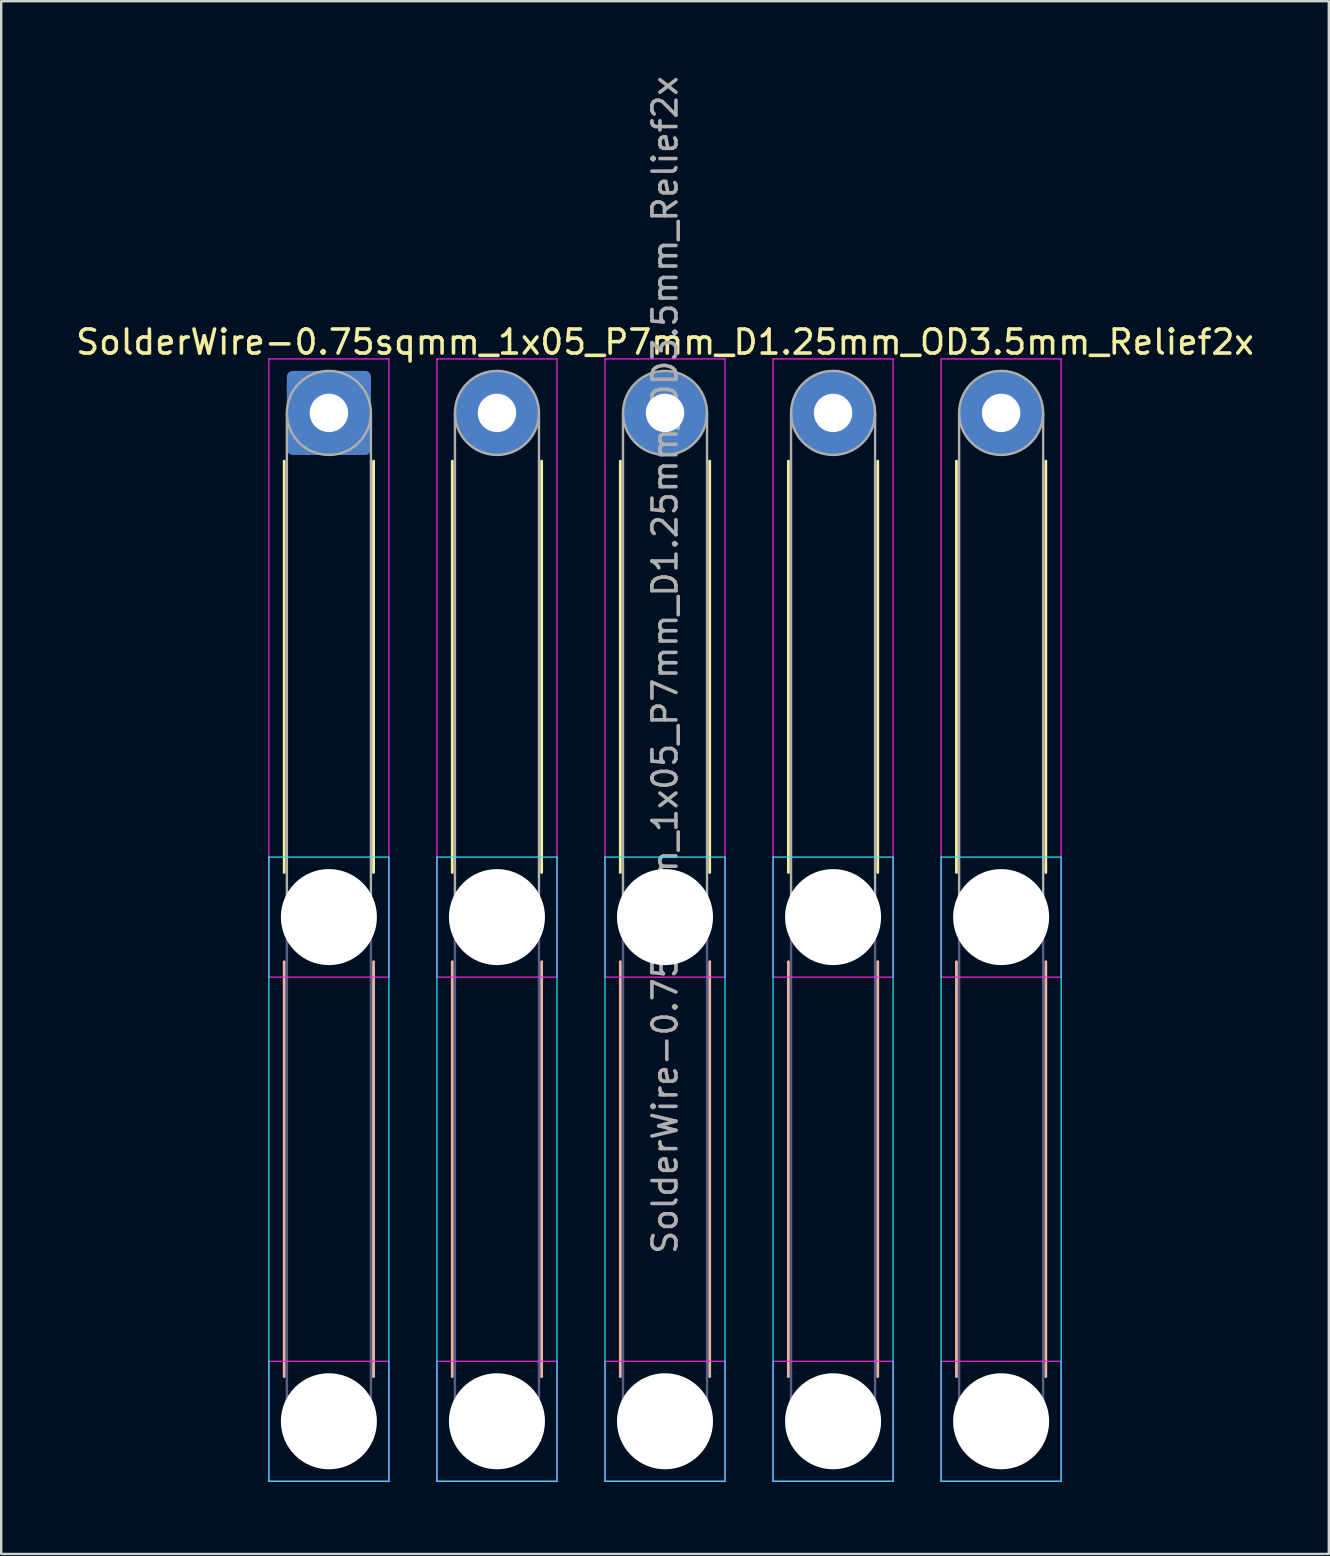
<source format=kicad_pcb>
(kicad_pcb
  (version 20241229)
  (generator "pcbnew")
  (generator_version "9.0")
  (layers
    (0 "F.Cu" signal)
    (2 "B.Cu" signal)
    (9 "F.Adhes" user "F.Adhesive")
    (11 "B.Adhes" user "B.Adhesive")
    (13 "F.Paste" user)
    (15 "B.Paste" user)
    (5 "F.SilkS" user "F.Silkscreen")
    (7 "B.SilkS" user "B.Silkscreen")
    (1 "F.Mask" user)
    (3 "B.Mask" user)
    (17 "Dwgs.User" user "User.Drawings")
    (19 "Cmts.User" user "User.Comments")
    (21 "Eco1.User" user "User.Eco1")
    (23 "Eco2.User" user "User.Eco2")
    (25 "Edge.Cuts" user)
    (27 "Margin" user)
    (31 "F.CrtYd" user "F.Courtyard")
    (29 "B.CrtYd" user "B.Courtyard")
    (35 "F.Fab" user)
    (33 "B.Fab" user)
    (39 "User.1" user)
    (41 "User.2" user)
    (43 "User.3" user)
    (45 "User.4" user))
  (footprint "SolderWire-0.75sqmm_1x05_P7mm_D1.25mm_OD3.5mm_Relief2x"
    (layer "F.Cu")
    (at 10.649 14.149)
    (property "Reference" "SolderWire-0.75sqmm_1x05_P7mm_D1.25mm_OD3.5mm_Relief2x" (at 14 -2.95 0) (layer "F.SilkS") (effects (font (size 1 1) (thickness 0.15))))
    (attr exclude_from_pos_files exclude_from_bom)
    (fp_line (start -1.86 2.01) (end -1.86 19.14) (stroke (width 0.12) (type solid)) (layer "F.SilkS"))
    (fp_line (start 1.86 2.01) (end 1.86 19.14) (stroke (width 0.12) (type solid)) (layer "F.SilkS"))
    (fp_line (start 5.14 2.01) (end 5.14 19.14) (stroke (width 0.12) (type solid)) (layer "F.SilkS"))
    (fp_line (start 8.86 2.01) (end 8.86 19.14) (stroke (width 0.12) (type solid)) (layer "F.SilkS"))
    (fp_line (start 12.14 2.01) (end 12.14 19.14) (stroke (width 0.12) (type solid)) (layer "F.SilkS"))
    (fp_line (start 15.86 2.01) (end 15.86 19.14) (stroke (width 0.12) (type solid)) (layer "F.SilkS"))
    (fp_line (start 19.14 2.01) (end 19.14 19.14) (stroke (width 0.12) (type solid)) (layer "F.SilkS"))
    (fp_line (start 22.86 2.01) (end 22.86 19.14) (stroke (width 0.12) (type solid)) (layer "F.SilkS"))
    (fp_line (start 26.14 2.01) (end 26.14 19.14) (stroke (width 0.12) (type solid)) (layer "F.SilkS"))
    (fp_line (start 29.86 2.01) (end 29.86 19.14) (stroke (width 0.12) (type solid)) (layer "F.SilkS"))
    (fp_line (start -1.86 22.86) (end -1.86 40.14) (stroke (width 0.12) (type solid)) (layer "B.SilkS"))
    (fp_line (start 1.86 22.86) (end 1.86 40.14) (stroke (width 0.12) (type solid)) (layer "B.SilkS"))
    (fp_line (start 5.14 22.86) (end 5.14 40.14) (stroke (width 0.12) (type solid)) (layer "B.SilkS"))
    (fp_line (start 8.86 22.86) (end 8.86 40.14) (stroke (width 0.12) (type solid)) (layer "B.SilkS"))
    (fp_line (start 12.14 22.86) (end 12.14 40.14) (stroke (width 0.12) (type solid)) (layer "B.SilkS"))
    (fp_line (start 15.86 22.86) (end 15.86 40.14) (stroke (width 0.12) (type solid)) (layer "B.SilkS"))
    (fp_line (start 19.14 22.86) (end 19.14 40.14) (stroke (width 0.12) (type solid)) (layer "B.SilkS"))
    (fp_line (start 22.86 22.86) (end 22.86 40.14) (stroke (width 0.12) (type solid)) (layer "B.SilkS"))
    (fp_line (start 26.14 22.86) (end 26.14 40.14) (stroke (width 0.12) (type solid)) (layer "B.SilkS"))
    (fp_line (start 29.86 22.86) (end 29.86 40.14) (stroke (width 0.12) (type solid)) (layer "B.SilkS"))
    (fp_line (start -2.5 18.5) (end -2.5 44.5) (stroke (width 0.05) (type solid)) (layer "B.CrtYd"))
    (fp_line (start -2.5 44.5) (end 2.5 44.5) (stroke (width 0.05) (type solid)) (layer "B.CrtYd"))
    (fp_line (start 2.5 18.5) (end -2.5 18.5) (stroke (width 0.05) (type solid)) (layer "B.CrtYd"))
    (fp_line (start 2.5 44.5) (end 2.5 18.5) (stroke (width 0.05) (type solid)) (layer "B.CrtYd"))
    (fp_line (start 4.5 18.5) (end 4.5 44.5) (stroke (width 0.05) (type solid)) (layer "B.CrtYd"))
    (fp_line (start 4.5 44.5) (end 9.5 44.5) (stroke (width 0.05) (type solid)) (layer "B.CrtYd"))
    (fp_line (start 9.5 18.5) (end 4.5 18.5) (stroke (width 0.05) (type solid)) (layer "B.CrtYd"))
    (fp_line (start 9.5 44.5) (end 9.5 18.5) (stroke (width 0.05) (type solid)) (layer "B.CrtYd"))
    (fp_line (start 11.5 18.5) (end 11.5 44.5) (stroke (width 0.05) (type solid)) (layer "B.CrtYd"))
    (fp_line (start 11.5 44.5) (end 16.5 44.5) (stroke (width 0.05) (type solid)) (layer "B.CrtYd"))
    (fp_line (start 16.5 18.5) (end 11.5 18.5) (stroke (width 0.05) (type solid)) (layer "B.CrtYd"))
    (fp_line (start 16.5 44.5) (end 16.5 18.5) (stroke (width 0.05) (type solid)) (layer "B.CrtYd"))
    (fp_line (start 18.5 18.5) (end 18.5 44.5) (stroke (width 0.05) (type solid)) (layer "B.CrtYd"))
    (fp_line (start 18.5 44.5) (end 23.5 44.5) (stroke (width 0.05) (type solid)) (layer "B.CrtYd"))
    (fp_line (start 23.5 18.5) (end 18.5 18.5) (stroke (width 0.05) (type solid)) (layer "B.CrtYd"))
    (fp_line (start 23.5 44.5) (end 23.5 18.5) (stroke (width 0.05) (type solid)) (layer "B.CrtYd"))
    (fp_line (start 25.5 18.5) (end 25.5 44.5) (stroke (width 0.05) (type solid)) (layer "B.CrtYd"))
    (fp_line (start 25.5 44.5) (end 30.5 44.5) (stroke (width 0.05) (type solid)) (layer "B.CrtYd"))
    (fp_line (start 30.5 18.5) (end 25.5 18.5) (stroke (width 0.05) (type solid)) (layer "B.CrtYd"))
    (fp_line (start 30.5 44.5) (end 30.5 18.5) (stroke (width 0.05) (type solid)) (layer "B.CrtYd"))
    (fp_line (start -2.5 -2.25) (end -2.5 23.5) (stroke (width 0.05) (type solid)) (layer "F.CrtYd"))
    (fp_line (start -2.5 23.5) (end 2.5 23.5) (stroke (width 0.05) (type solid)) (layer "F.CrtYd"))
    (fp_line (start -2.5 39.5) (end -2.5 44.5) (stroke (width 0.05) (type solid)) (layer "F.CrtYd"))
    (fp_line (start -2.5 44.5) (end 2.5 44.5) (stroke (width 0.05) (type solid)) (layer "F.CrtYd"))
    (fp_line (start 2.5 -2.25) (end -2.5 -2.25) (stroke (width 0.05) (type solid)) (layer "F.CrtYd"))
    (fp_line (start 2.5 23.5) (end 2.5 -2.25) (stroke (width 0.05) (type solid)) (layer "F.CrtYd"))
    (fp_line (start 2.5 39.5) (end -2.5 39.5) (stroke (width 0.05) (type solid)) (layer "F.CrtYd"))
    (fp_line (start 2.5 44.5) (end 2.5 39.5) (stroke (width 0.05) (type solid)) (layer "F.CrtYd"))
    (fp_line (start 4.5 -2.25) (end 4.5 23.5) (stroke (width 0.05) (type solid)) (layer "F.CrtYd"))
    (fp_line (start 4.5 23.5) (end 9.5 23.5) (stroke (width 0.05) (type solid)) (layer "F.CrtYd"))
    (fp_line (start 4.5 39.5) (end 4.5 44.5) (stroke (width 0.05) (type solid)) (layer "F.CrtYd"))
    (fp_line (start 4.5 44.5) (end 9.5 44.5) (stroke (width 0.05) (type solid)) (layer "F.CrtYd"))
    (fp_line (start 9.5 -2.25) (end 4.5 -2.25) (stroke (width 0.05) (type solid)) (layer "F.CrtYd"))
    (fp_line (start 9.5 23.5) (end 9.5 -2.25) (stroke (width 0.05) (type solid)) (layer "F.CrtYd"))
    (fp_line (start 9.5 39.5) (end 4.5 39.5) (stroke (width 0.05) (type solid)) (layer "F.CrtYd"))
    (fp_line (start 9.5 44.5) (end 9.5 39.5) (stroke (width 0.05) (type solid)) (layer "F.CrtYd"))
    (fp_line (start 11.5 -2.25) (end 11.5 23.5) (stroke (width 0.05) (type solid)) (layer "F.CrtYd"))
    (fp_line (start 11.5 23.5) (end 16.5 23.5) (stroke (width 0.05) (type solid)) (layer "F.CrtYd"))
    (fp_line (start 11.5 39.5) (end 11.5 44.5) (stroke (width 0.05) (type solid)) (layer "F.CrtYd"))
    (fp_line (start 11.5 44.5) (end 16.5 44.5) (stroke (width 0.05) (type solid)) (layer "F.CrtYd"))
    (fp_line (start 16.5 -2.25) (end 11.5 -2.25) (stroke (width 0.05) (type solid)) (layer "F.CrtYd"))
    (fp_line (start 16.5 23.5) (end 16.5 -2.25) (stroke (width 0.05) (type solid)) (layer "F.CrtYd"))
    (fp_line (start 16.5 39.5) (end 11.5 39.5) (stroke (width 0.05) (type solid)) (layer "F.CrtYd"))
    (fp_line (start 16.5 44.5) (end 16.5 39.5) (stroke (width 0.05) (type solid)) (layer "F.CrtYd"))
    (fp_line (start 18.5 -2.25) (end 18.5 23.5) (stroke (width 0.05) (type solid)) (layer "F.CrtYd"))
    (fp_line (start 18.5 23.5) (end 23.5 23.5) (stroke (width 0.05) (type solid)) (layer "F.CrtYd"))
    (fp_line (start 18.5 39.5) (end 18.5 44.5) (stroke (width 0.05) (type solid)) (layer "F.CrtYd"))
    (fp_line (start 18.5 44.5) (end 23.5 44.5) (stroke (width 0.05) (type solid)) (layer "F.CrtYd"))
    (fp_line (start 23.5 -2.25) (end 18.5 -2.25) (stroke (width 0.05) (type solid)) (layer "F.CrtYd"))
    (fp_line (start 23.5 23.5) (end 23.5 -2.25) (stroke (width 0.05) (type solid)) (layer "F.CrtYd"))
    (fp_line (start 23.5 39.5) (end 18.5 39.5) (stroke (width 0.05) (type solid)) (layer "F.CrtYd"))
    (fp_line (start 23.5 44.5) (end 23.5 39.5) (stroke (width 0.05) (type solid)) (layer "F.CrtYd"))
    (fp_line (start 25.5 -2.25) (end 25.5 23.5) (stroke (width 0.05) (type solid)) (layer "F.CrtYd"))
    (fp_line (start 25.5 23.5) (end 30.5 23.5) (stroke (width 0.05) (type solid)) (layer "F.CrtYd"))
    (fp_line (start 25.5 39.5) (end 25.5 44.5) (stroke (width 0.05) (type solid)) (layer "F.CrtYd"))
    (fp_line (start 25.5 44.5) (end 30.5 44.5) (stroke (width 0.05) (type solid)) (layer "F.CrtYd"))
    (fp_line (start 30.5 -2.25) (end 25.5 -2.25) (stroke (width 0.05) (type solid)) (layer "F.CrtYd"))
    (fp_line (start 30.5 23.5) (end 30.5 -2.25) (stroke (width 0.05) (type solid)) (layer "F.CrtYd"))
    (fp_line (start 30.5 39.5) (end 25.5 39.5) (stroke (width 0.05) (type solid)) (layer "F.CrtYd"))
    (fp_line (start 30.5 44.5) (end 30.5 39.5) (stroke (width 0.05) (type solid)) (layer "F.CrtYd"))
    (fp_line (start -1.75 21) (end -1.75 42) (stroke (width 0.1) (type solid)) (layer "B.Fab"))
    (fp_line (start 1.75 21) (end 1.75 42) (stroke (width 0.1) (type solid)) (layer "B.Fab"))
    (fp_line (start 5.25 21) (end 5.25 42) (stroke (width 0.1) (type solid)) (layer "B.Fab"))
    (fp_line (start 8.75 21) (end 8.75 42) (stroke (width 0.1) (type solid)) (layer "B.Fab"))
    (fp_line (start 12.25 21) (end 12.25 42) (stroke (width 0.1) (type solid)) (layer "B.Fab"))
    (fp_line (start 15.75 21) (end 15.75 42) (stroke (width 0.1) (type solid)) (layer "B.Fab"))
    (fp_line (start 19.25 21) (end 19.25 42) (stroke (width 0.1) (type solid)) (layer "B.Fab"))
    (fp_line (start 22.75 21) (end 22.75 42) (stroke (width 0.1) (type solid)) (layer "B.Fab"))
    (fp_line (start 26.25 21) (end 26.25 42) (stroke (width 0.1) (type solid)) (layer "B.Fab"))
    (fp_line (start 29.75 21) (end 29.75 42) (stroke (width 0.1) (type solid)) (layer "B.Fab"))
    (fp_circle (center 0 21) (end 1.75 21) (stroke (width 0.1) (type solid)) (fill no) (layer "B.Fab"))
    (fp_circle (center 0 42) (end 1.75 42) (stroke (width 0.1) (type solid)) (fill no) (layer "B.Fab"))
    (fp_circle (center 7 21) (end 8.75 21) (stroke (width 0.1) (type solid)) (fill no) (layer "B.Fab"))
    (fp_circle (center 7 42) (end 8.75 42) (stroke (width 0.1) (type solid)) (fill no) (layer "B.Fab"))
    (fp_circle (center 14 21) (end 15.75 21) (stroke (width 0.1) (type solid)) (fill no) (layer "B.Fab"))
    (fp_circle (center 14 42) (end 15.75 42) (stroke (width 0.1) (type solid)) (fill no) (layer "B.Fab"))
    (fp_circle (center 21 21) (end 22.75 21) (stroke (width 0.1) (type solid)) (fill no) (layer "B.Fab"))
    (fp_circle (center 21 42) (end 22.75 42) (stroke (width 0.1) (type solid)) (fill no) (layer "B.Fab"))
    (fp_circle (center 28 21) (end 29.75 21) (stroke (width 0.1) (type solid)) (fill no) (layer "B.Fab"))
    (fp_circle (center 28 42) (end 29.75 42) (stroke (width 0.1) (type solid)) (fill no) (layer "B.Fab"))
    (fp_line (start -1.75 0) (end -1.75 21) (stroke (width 0.1) (type solid)) (layer "F.Fab"))
    (fp_line (start 1.75 0) (end 1.75 21) (stroke (width 0.1) (type solid)) (layer "F.Fab"))
    (fp_line (start 5.25 0) (end 5.25 21) (stroke (width 0.1) (type solid)) (layer "F.Fab"))
    (fp_line (start 8.75 0) (end 8.75 21) (stroke (width 0.1) (type solid)) (layer "F.Fab"))
    (fp_line (start 12.25 0) (end 12.25 21) (stroke (width 0.1) (type solid)) (layer "F.Fab"))
    (fp_line (start 15.75 0) (end 15.75 21) (stroke (width 0.1) (type solid)) (layer "F.Fab"))
    (fp_line (start 19.25 0) (end 19.25 21) (stroke (width 0.1) (type solid)) (layer "F.Fab"))
    (fp_line (start 22.75 0) (end 22.75 21) (stroke (width 0.1) (type solid)) (layer "F.Fab"))
    (fp_line (start 26.25 0) (end 26.25 21) (stroke (width 0.1) (type solid)) (layer "F.Fab"))
    (fp_line (start 29.75 0) (end 29.75 21) (stroke (width 0.1) (type solid)) (layer "F.Fab"))
    (fp_circle (center 0 0) (end 1.75 0) (stroke (width 0.1) (type solid)) (fill no) (layer "F.Fab"))
    (fp_circle (center 0 21) (end 1.75 21) (stroke (width 0.1) (type solid)) (fill no) (layer "F.Fab"))
    (fp_circle (center 0 42) (end 1.75 42) (stroke (width 0.1) (type solid)) (fill no) (layer "F.Fab"))
    (fp_circle (center 7 0) (end 8.75 0) (stroke (width 0.1) (type solid)) (fill no) (layer "F.Fab"))
    (fp_circle (center 7 21) (end 8.75 21) (stroke (width 0.1) (type solid)) (fill no) (layer "F.Fab"))
    (fp_circle (center 7 42) (end 8.75 42) (stroke (width 0.1) (type solid)) (fill no) (layer "F.Fab"))
    (fp_circle (center 14 0) (end 15.75 0) (stroke (width 0.1) (type solid)) (fill no) (layer "F.Fab"))
    (fp_circle (center 14 21) (end 15.75 21) (stroke (width 0.1) (type solid)) (fill no) (layer "F.Fab"))
    (fp_circle (center 14 42) (end 15.75 42) (stroke (width 0.1) (type solid)) (fill no) (layer "F.Fab"))
    (fp_circle (center 21 0) (end 22.75 0) (stroke (width 0.1) (type solid)) (fill no) (layer "F.Fab"))
    (fp_circle (center 21 21) (end 22.75 21) (stroke (width 0.1) (type solid)) (fill no) (layer "F.Fab"))
    (fp_circle (center 21 42) (end 22.75 42) (stroke (width 0.1) (type solid)) (fill no) (layer "F.Fab"))
    (fp_circle (center 28 0) (end 29.75 0) (stroke (width 0.1) (type solid)) (fill no) (layer "F.Fab"))
    (fp_circle (center 28 21) (end 29.75 21) (stroke (width 0.1) (type solid)) (fill no) (layer "F.Fab"))
    (fp_circle (center 28 42) (end 29.75 42) (stroke (width 0.1) (type solid)) (fill no) (layer "F.Fab"))
    (fp_text user "${REFERENCE}" (at 14 10.5 90) (layer "F.Fab") (effects (font (size 1 1) (thickness 0.15))))
    (pad "" np_thru_hole circle (at 0 21) (size 4 4) (drill 4) (layers "*.Cu" "*.Mask"))
    (pad "" np_thru_hole circle (at 0 42) (size 4 4) (drill 4) (layers "*.Cu" "*.Mask"))
    (pad "" np_thru_hole circle (at 7 21) (size 4 4) (drill 4) (layers "*.Cu" "*.Mask"))
    (pad "" np_thru_hole circle (at 7 42) (size 4 4) (drill 4) (layers "*.Cu" "*.Mask"))
    (pad "" np_thru_hole circle (at 14 21) (size 4 4) (drill 4) (layers "*.Cu" "*.Mask"))
    (pad "" np_thru_hole circle (at 14 42) (size 4 4) (drill 4) (layers "*.Cu" "*.Mask"))
    (pad "" np_thru_hole circle (at 21 21) (size 4 4) (drill 4) (layers "*.Cu" "*.Mask"))
    (pad "" np_thru_hole circle (at 21 42) (size 4 4) (drill 4) (layers "*.Cu" "*.Mask"))
    (pad "" np_thru_hole circle (at 28 21) (size 4 4) (drill 4) (layers "*.Cu" "*.Mask"))
    (pad "" np_thru_hole circle (at 28 42) (size 4 4) (drill 4) (layers "*.Cu" "*.Mask"))
    (pad "1" thru_hole roundrect (at 0 0) (size 3.5 3.5) (drill 1.6) (layers "*.Cu" "*.Mask") (roundrect_rratio 0.071))
    (pad "2" thru_hole circle (at 7 0) (size 3.5 3.5) (drill 1.6) (layers "*.Cu" "*.Mask"))
    (pad "3" thru_hole circle (at 14 0) (size 3.5 3.5) (drill 1.6) (layers "*.Cu" "*.Mask"))
    (pad "4" thru_hole circle (at 21 0) (size 3.5 3.5) (drill 1.6) (layers "*.Cu" "*.Mask"))
    (pad "5" thru_hole circle (at 28 0) (size 3.5 3.5) (drill 1.6) (layers "*.Cu" "*.Mask")))
  (gr_rect
    (start -3 -3)
    (end 52.298 61.674)
    (stroke (width 0.1) (type default))
    (fill no)
    (layer "Edge.Cuts")))
</source>
